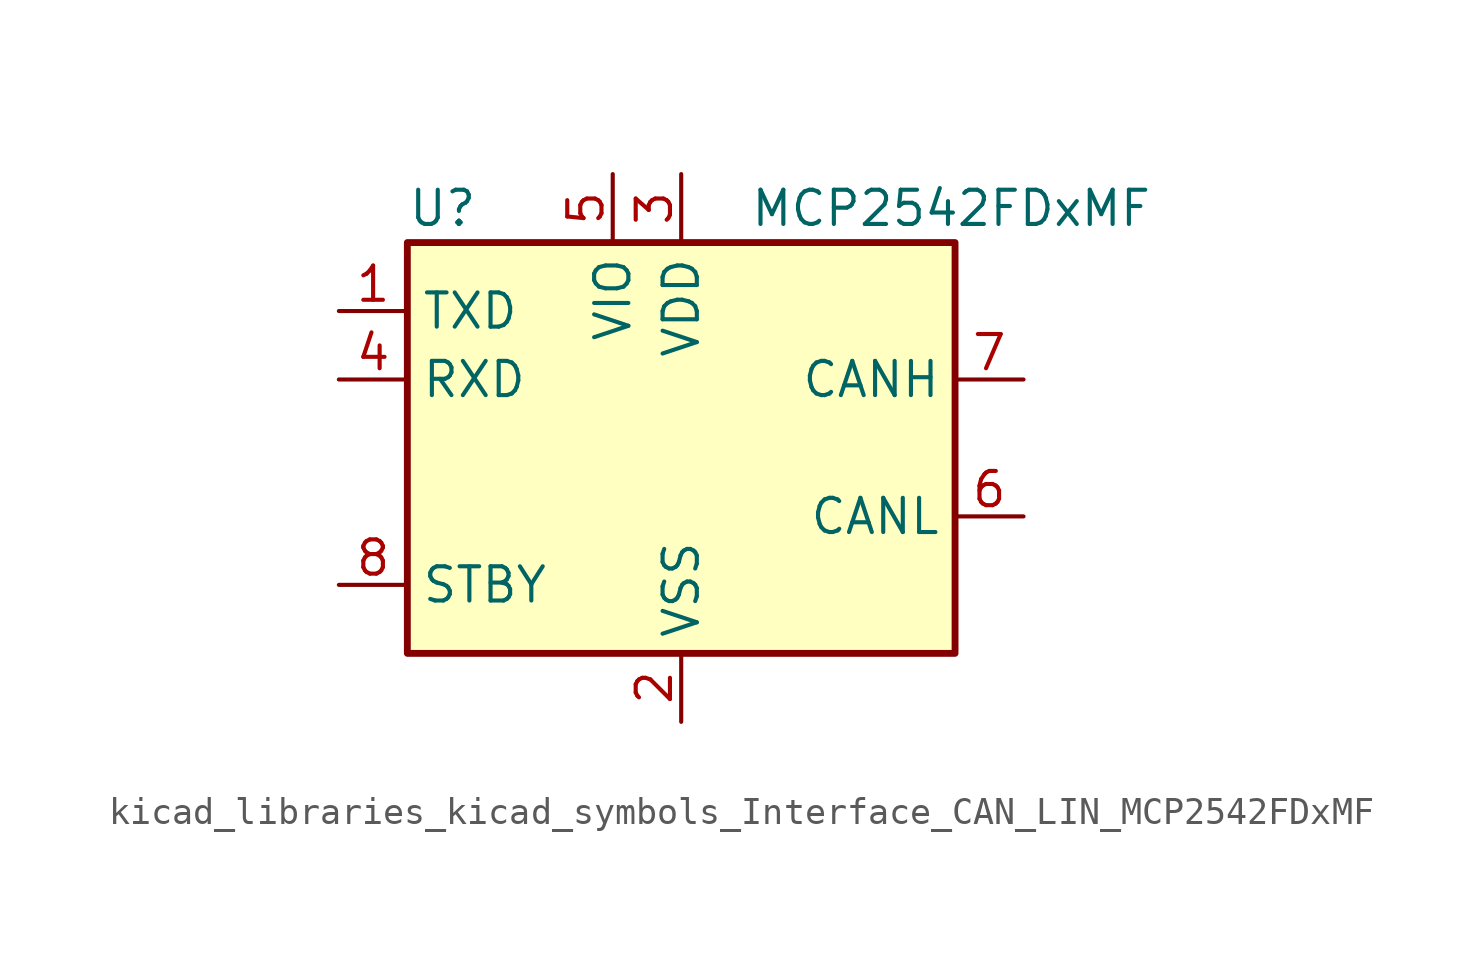
<source format=kicad_sym>
(kicad_symbol_lib
  (version 20220914)
  (generator kicad_symbol_editor)
  (symbol "kicad_libraries_kicad_symbols_Interface_CAN_LIN_MCP2542FDxMF"
    (property "Reference" "U"
      (at -10.16 8.89 0)
      (effects (font (size 1.27 1.27)) (justify left)))
    (property "Value" "MCP2542FDxMF"
      (at 2.54 8.89 0)
      (effects (font (size 1.27 1.27)) (justify left)))
    (symbol "kicad_libraries_kicad_symbols_Interface_CAN_LIN_MCP2542FDxMF_0_1"
      (rectangle (start -10.16 7.62) (end 10.16 -7.62) (stroke (width 0.254) (type default)) (fill (type background))))
    (symbol "kicad_libraries_kicad_symbols_Interface_CAN_LIN_MCP2542FDxMF_1_1"
      (pin input line (at -12.7 5.08 0) (length 2.54) (name "TXD" (effects (font (size 1.27 1.27)))) (number "1" (effects (font (size 1.27 1.27)))))
      (pin power_in line (at 0 -10.16 90) (length 2.54) (name "VSS" (effects (font (size 1.27 1.27)))) (number "2" (effects (font (size 1.27 1.27)))))
      (pin power_in line (at 0 10.16 270) (length 2.54) (name "VDD" (effects (font (size 1.27 1.27)))) (number "3" (effects (font (size 1.27 1.27)))))
      (pin output line (at -12.7 2.54 0) (length 2.54) (name "RXD" (effects (font (size 1.27 1.27)))) (number "4" (effects (font (size 1.27 1.27)))))
      (pin power_in line (at -2.54 10.16 270) (length 2.54) (name "VIO" (effects (font (size 1.27 1.27)))) (number "5" (effects (font (size 1.27 1.27)))))
      (pin bidirectional line (at 12.7 -2.54 180) (length 2.54) (name "CANL" (effects (font (size 1.27 1.27)))) (number "6" (effects (font (size 1.27 1.27)))))
      (pin bidirectional line (at 12.7 2.54 180) (length 2.54) (name "CANH" (effects (font (size 1.27 1.27)))) (number "7" (effects (font (size 1.27 1.27)))))
      (pin input line (at -12.7 -5.08 0) (length 2.54) (name "STBY" (effects (font (size 1.27 1.27)))) (number "8" (effects (font (size 1.27 1.27)))))
      (pin passive line (at 0 -10.16 90) (length 2.54) hide (name "VSS" (effects (font (size 1.27 1.27)))) (number "9" (effects (font (size 1.27 1.27))))))))
</source>
